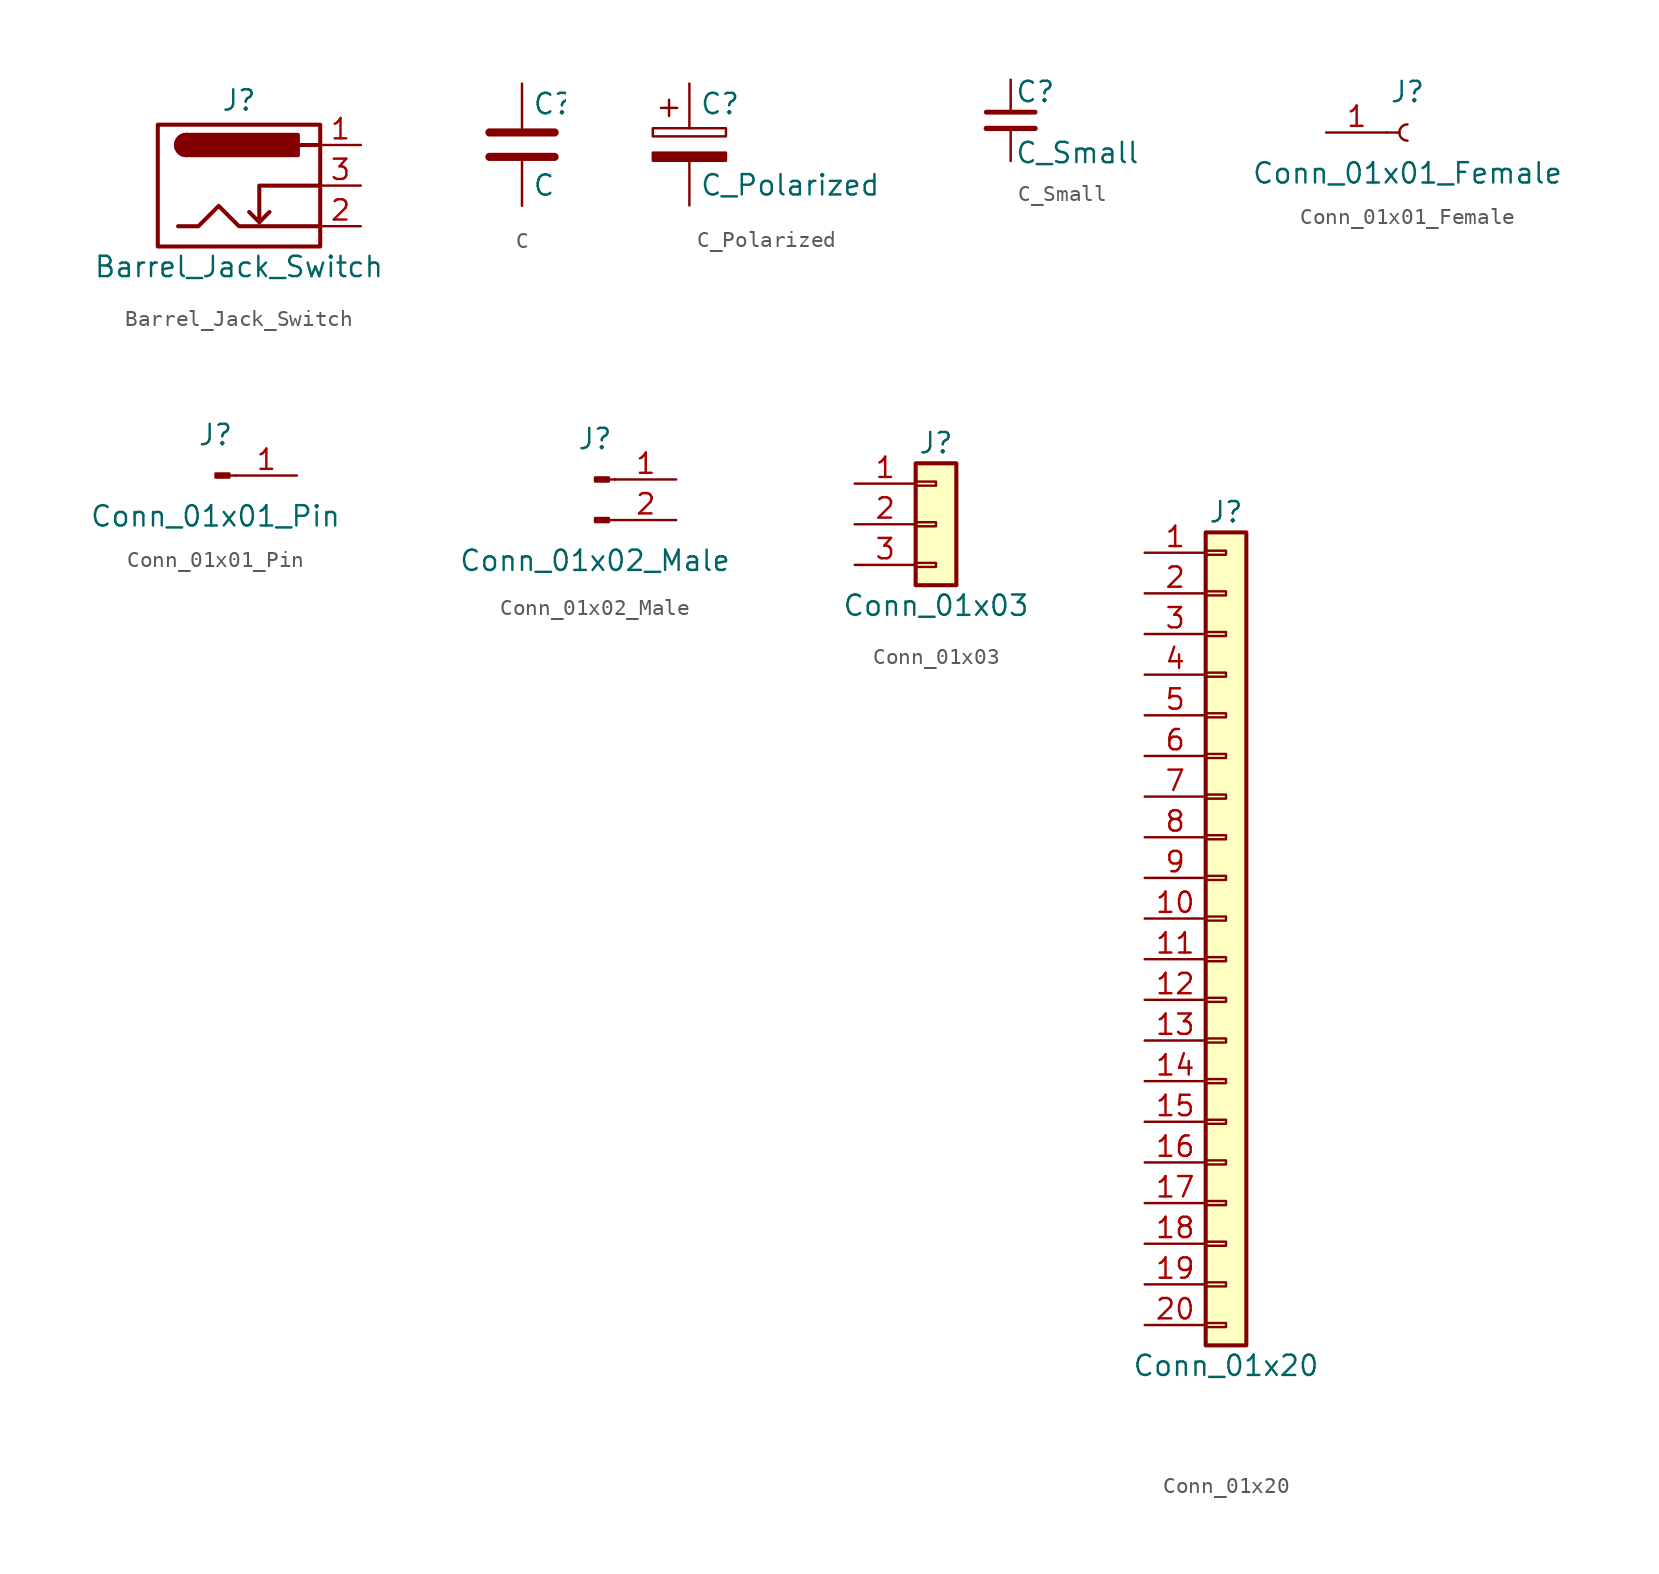
<source format=kicad_sym>
(kicad_symbol_lib
  (version 20241209)
  (generator "kicad_symbol_editor")
  (generator_version "9.0")
  (symbol "Barrel_Jack_Switch"
    (pin_names
      (hide yes))
    (property "Reference" "J"
      (at 0 5.334 0)
      (effects (font (size 1.27 1.27))))
    (property "Value" "Barrel_Jack_Switch"
      (at 0 -5.08 0)
      (effects (font (size 1.27 1.27))))
    (symbol "Barrel_Jack_Switch_0_1"
      (polyline (pts (xy -3.81 -2.54) (xy -2.54 -2.54) (xy -1.27 -1.27) (xy 0 -2.54) (xy 2.54 -2.54) (xy 5.08 -2.54)) (stroke (width 0.254) (type default)) (fill (type none)))
      (arc (start -3.302 1.905) (mid -3.9343 2.54) (end -3.302 3.175) (stroke (width 0.254) (type default)) (fill (type none)))
      (arc (start -3.302 1.905) (mid -3.9343 2.54) (end -3.302 3.175) (stroke (width 0.254) (type default)) (fill (type outline)))
      (polyline (pts (xy 1.27 -2.286) (xy 1.905 -1.651)) (stroke (width 0.254) (type default)) (fill (type none)))
      (rectangle (start 3.683 3.175) (end -3.302 1.905) (stroke (width 0.254) (type default)) (fill (type outline)))
      (polyline (pts (xy 5.08 2.54) (xy 3.81 2.54)) (stroke (width 0.254) (type default)) (fill (type none)))
      (polyline (pts (xy 5.08 0) (xy 1.27 0) (xy 1.27 -2.286) (xy 0.635 -1.651)) (stroke (width 0.254) (type default)) (fill (type none))))
    (symbol "Barrel_Jack_Switch_1_1"
      (rectangle (start -5.08 3.81) (end 5.08 -3.81) (stroke (width 0.254) (type default)) (fill (type none)))
      (pin passive line (at 7.62 2.54 180) (length 2.54) (name "~" (effects (font (size 1.27 1.27)))) (number "1" (effects (font (size 1.27 1.27)))))
      (pin passive line (at 7.62 0 180) (length 2.54) (name "~" (effects (font (size 1.27 1.27)))) (number "3" (effects (font (size 1.27 1.27)))))
      (pin passive line (at 7.62 -2.54 180) (length 2.54) (name "~" (effects (font (size 1.27 1.27)))) (number "2" (effects (font (size 1.27 1.27)))))))
  (symbol "C"
    (pin_numbers
      (hide yes))
    (pin_names
      (offset 0.254))
    (property "Reference" "C"
      (at 0.635 2.54 0)
      (effects (font (size 1.27 1.27)) (justify left)))
    (property "Value" "C"
      (at 0.635 -2.54 0)
      (effects (font (size 1.27 1.27)) (justify left)))
    (symbol "C_0_1"
      (polyline (pts (xy -2.032 0.762) (xy 2.032 0.762)) (stroke (width 0.508) (type default)) (fill (type none)))
      (polyline (pts (xy -2.032 -0.762) (xy 2.032 -0.762)) (stroke (width 0.508) (type default)) (fill (type none))))
    (symbol "C_1_1"
      (pin passive line (at 0 3.81 270) (length 2.794) (name "~" (effects (font (size 1.27 1.27)))) (number "1" (effects (font (size 1.27 1.27)))))
      (pin passive line (at 0 -3.81 90) (length 2.794) (name "~" (effects (font (size 1.27 1.27)))) (number "2" (effects (font (size 1.27 1.27)))))))
  (symbol "C_Polarized"
    (pin_numbers
      (hide yes))
    (pin_names
      (offset 0.254))
    (property "Reference" "C"
      (at 0.635 2.54 0)
      (effects (font (size 1.27 1.27)) (justify left)))
    (property "Value" "C_Polarized"
      (at 0.635 -2.54 0)
      (effects (font (size 1.27 1.27)) (justify left)))
    (symbol "C_Polarized_0_1"
      (rectangle (start -2.286 0.508) (end 2.286 1.016) (stroke (width 0) (type default)) (fill (type none)))
      (polyline (pts (xy -1.778 2.286) (xy -0.762 2.286)) (stroke (width 0) (type default)) (fill (type none)))
      (polyline (pts (xy -1.27 2.794) (xy -1.27 1.778)) (stroke (width 0) (type default)) (fill (type none)))
      (rectangle (start 2.286 -0.508) (end -2.286 -1.016) (stroke (width 0) (type default)) (fill (type outline))))
    (symbol "C_Polarized_1_1"
      (pin passive line (at 0 3.81 270) (length 2.794) (name "~" (effects (font (size 1.27 1.27)))) (number "1" (effects (font (size 1.27 1.27)))))
      (pin passive line (at 0 -3.81 90) (length 2.794) (name "~" (effects (font (size 1.27 1.27)))) (number "2" (effects (font (size 1.27 1.27)))))))
  (symbol "C_Small"
    (pin_numbers
      (hide yes))
    (pin_names
      (offset 0.254)
      (hide yes))
    (property "Reference" "C"
      (at 0.254 1.778 0)
      (effects (font (size 1.27 1.27)) (justify left)))
    (property "Value" "C_Small"
      (at 0.254 -2.032 0)
      (effects (font (size 1.27 1.27)) (justify left)))
    (symbol "C_Small_0_1"
      (polyline (pts (xy -1.524 0.508) (xy 1.524 0.508)) (stroke (width 0.305) (type default)) (fill (type none)))
      (polyline (pts (xy -1.524 -0.508) (xy 1.524 -0.508)) (stroke (width 0.33) (type default)) (fill (type none))))
    (symbol "C_Small_1_1"
      (pin passive line (at 0 2.54 270) (length 2.032) (name "~" (effects (font (size 1.27 1.27)))) (number "1" (effects (font (size 1.27 1.27)))))
      (pin passive line (at 0 -2.54 90) (length 2.032) (name "~" (effects (font (size 1.27 1.27)))) (number "2" (effects (font (size 1.27 1.27)))))))
  (symbol "Conn_01x01_Female"
    (pin_names
      (offset 1.016)
      (hide yes))
    (property "Reference" "J"
      (at 0 2.54 0)
      (effects (font (size 1.27 1.27))))
    (property "Value" "Conn_01x01_Female"
      (at 0 -2.54 0)
      (effects (font (size 1.27 1.27))))
    (symbol "Conn_01x01_Female_1_1"
      (polyline (pts (xy -1.27 0) (xy -0.508 0)) (stroke (width 0.152) (type default)) (fill (type none)))
      (arc (start 0 -0.508) (mid -0.5058 0) (end 0 0.508) (stroke (width 0.1524) (type default)) (fill (type none)))
      (pin passive line (at -5.08 0 0) (length 3.81) (name "Pin_1" (effects (font (size 1.27 1.27)))) (number "1" (effects (font (size 1.27 1.27)))))))
  (symbol "Conn_01x01_Pin"
    (pin_names
      (offset 1.016)
      (hide yes))
    (property "Reference" "J"
      (at 0 2.54 0)
      (effects (font (size 1.27 1.27))))
    (property "Value" "Conn_01x01_Pin"
      (at 0 -2.54 0)
      (effects (font (size 1.27 1.27))))
    (property "ki_locked" ""
      (at 0 0 0)
      (effects (font (size 1.27 1.27))))
    (symbol "Conn_01x01_Pin_1_1"
      (rectangle (start 0.864 0.127) (end 0 -0.127) (stroke (width 0.152) (type default)) (fill (type outline)))
      (polyline (pts (xy 1.27 0) (xy 0.864 0)) (stroke (width 0.152) (type default)) (fill (type none)))
      (pin passive line (at 5.08 0 180) (length 3.81) (name "Pin_1" (effects (font (size 1.27 1.27)))) (number "1" (effects (font (size 1.27 1.27)))))))
  (symbol "Conn_01x02_Male"
    (pin_names
      (offset 1.016)
      (hide yes))
    (property "Reference" "J"
      (at 0 2.54 0)
      (effects (font (size 1.27 1.27))))
    (property "Value" "Conn_01x02_Male"
      (at 0 -5.08 0)
      (effects (font (size 1.27 1.27))))
    (symbol "Conn_01x02_Male_1_1"
      (rectangle (start 0.864 0.127) (end 0 -0.127) (stroke (width 0.152) (type default)) (fill (type outline)))
      (rectangle (start 0.864 -2.413) (end 0 -2.667) (stroke (width 0.152) (type default)) (fill (type outline)))
      (polyline (pts (xy 1.27 0) (xy 0.864 0)) (stroke (width 0.152) (type default)) (fill (type none)))
      (polyline (pts (xy 1.27 -2.54) (xy 0.864 -2.54)) (stroke (width 0.152) (type default)) (fill (type none)))
      (pin passive line (at 5.08 0 180) (length 3.81) (name "Pin_1" (effects (font (size 1.27 1.27)))) (number "1" (effects (font (size 1.27 1.27)))))
      (pin passive line (at 5.08 -2.54 180) (length 3.81) (name "Pin_2" (effects (font (size 1.27 1.27)))) (number "2" (effects (font (size 1.27 1.27)))))))
  (symbol "Conn_01x03"
    (pin_names
      (offset 1.016)
      (hide yes))
    (property "Reference" "J"
      (at 0 5.08 0)
      (effects (font (size 1.27 1.27))))
    (property "Value" "Conn_01x03"
      (at 0 -5.08 0)
      (effects (font (size 1.27 1.27))))
    (symbol "Conn_01x03_1_1"
      (rectangle (start -1.27 3.81) (end 1.27 -3.81) (stroke (width 0.254) (type default)) (fill (type background)))
      (rectangle (start -1.27 2.667) (end 0 2.413) (stroke (width 0.152) (type default)) (fill (type none)))
      (rectangle (start -1.27 0.127) (end 0 -0.127) (stroke (width 0.152) (type default)) (fill (type none)))
      (rectangle (start -1.27 -2.413) (end 0 -2.667) (stroke (width 0.152) (type default)) (fill (type none)))
      (pin passive line (at -5.08 2.54 0) (length 3.81) (name "Pin_1" (effects (font (size 1.27 1.27)))) (number "1" (effects (font (size 1.27 1.27)))))
      (pin passive line (at -5.08 0 0) (length 3.81) (name "Pin_2" (effects (font (size 1.27 1.27)))) (number "2" (effects (font (size 1.27 1.27)))))
      (pin passive line (at -5.08 -2.54 0) (length 3.81) (name "Pin_3" (effects (font (size 1.27 1.27)))) (number "3" (effects (font (size 1.27 1.27)))))))
  (symbol "Conn_01x20"
    (pin_names
      (offset 1.016)
      (hide yes))
    (property "Reference" "J"
      (at 0 25.4 0)
      (effects (font (size 1.27 1.27))))
    (property "Value" "Conn_01x20"
      (at 0 -27.94 0)
      (effects (font (size 1.27 1.27))))
    (symbol "Conn_01x20_1_1"
      (rectangle (start -1.27 24.13) (end 1.27 -26.67) (stroke (width 0.254) (type default)) (fill (type background)))
      (rectangle (start -1.27 22.987) (end 0 22.733) (stroke (width 0.152) (type default)) (fill (type none)))
      (rectangle (start -1.27 20.447) (end 0 20.193) (stroke (width 0.152) (type default)) (fill (type none)))
      (rectangle (start -1.27 17.907) (end 0 17.653) (stroke (width 0.152) (type default)) (fill (type none)))
      (rectangle (start -1.27 15.367) (end 0 15.113) (stroke (width 0.152) (type default)) (fill (type none)))
      (rectangle (start -1.27 12.827) (end 0 12.573) (stroke (width 0.152) (type default)) (fill (type none)))
      (rectangle (start -1.27 10.287) (end 0 10.033) (stroke (width 0.152) (type default)) (fill (type none)))
      (rectangle (start -1.27 7.747) (end 0 7.493) (stroke (width 0.152) (type default)) (fill (type none)))
      (rectangle (start -1.27 5.207) (end 0 4.953) (stroke (width 0.152) (type default)) (fill (type none)))
      (rectangle (start -1.27 2.667) (end 0 2.413) (stroke (width 0.152) (type default)) (fill (type none)))
      (rectangle (start -1.27 0.127) (end 0 -0.127) (stroke (width 0.152) (type default)) (fill (type none)))
      (rectangle (start -1.27 -2.413) (end 0 -2.667) (stroke (width 0.152) (type default)) (fill (type none)))
      (rectangle (start -1.27 -4.953) (end 0 -5.207) (stroke (width 0.152) (type default)) (fill (type none)))
      (rectangle (start -1.27 -7.493) (end 0 -7.747) (stroke (width 0.152) (type default)) (fill (type none)))
      (rectangle (start -1.27 -10.033) (end 0 -10.287) (stroke (width 0.152) (type default)) (fill (type none)))
      (rectangle (start -1.27 -12.573) (end 0 -12.827) (stroke (width 0.152) (type default)) (fill (type none)))
      (rectangle (start -1.27 -15.113) (end 0 -15.367) (stroke (width 0.152) (type default)) (fill (type none)))
      (rectangle (start -1.27 -17.653) (end 0 -17.907) (stroke (width 0.152) (type default)) (fill (type none)))
      (rectangle (start -1.27 -20.193) (end 0 -20.447) (stroke (width 0.152) (type default)) (fill (type none)))
      (rectangle (start -1.27 -22.733) (end 0 -22.987) (stroke (width 0.152) (type default)) (fill (type none)))
      (rectangle (start -1.27 -25.273) (end 0 -25.527) (stroke (width 0.152) (type default)) (fill (type none)))
      (pin passive line (at -5.08 22.86 0) (length 3.81) (name "Pin_1" (effects (font (size 1.27 1.27)))) (number "1" (effects (font (size 1.27 1.27)))))
      (pin passive line (at -5.08 20.32 0) (length 3.81) (name "Pin_2" (effects (font (size 1.27 1.27)))) (number "2" (effects (font (size 1.27 1.27)))))
      (pin passive line (at -5.08 17.78 0) (length 3.81) (name "Pin_3" (effects (font (size 1.27 1.27)))) (number "3" (effects (font (size 1.27 1.27)))))
      (pin passive line (at -5.08 15.24 0) (length 3.81) (name "Pin_4" (effects (font (size 1.27 1.27)))) (number "4" (effects (font (size 1.27 1.27)))))
      (pin passive line (at -5.08 12.7 0) (length 3.81) (name "Pin_5" (effects (font (size 1.27 1.27)))) (number "5" (effects (font (size 1.27 1.27)))))
      (pin passive line (at -5.08 10.16 0) (length 3.81) (name "Pin_6" (effects (font (size 1.27 1.27)))) (number "6" (effects (font (size 1.27 1.27)))))
      (pin passive line (at -5.08 7.62 0) (length 3.81) (name "Pin_7" (effects (font (size 1.27 1.27)))) (number "7" (effects (font (size 1.27 1.27)))))
      (pin passive line (at -5.08 5.08 0) (length 3.81) (name "Pin_8" (effects (font (size 1.27 1.27)))) (number "8" (effects (font (size 1.27 1.27)))))
      (pin passive line (at -5.08 2.54 0) (length 3.81) (name "Pin_9" (effects (font (size 1.27 1.27)))) (number "9" (effects (font (size 1.27 1.27)))))
      (pin passive line (at -5.08 0 0) (length 3.81) (name "Pin_10" (effects (font (size 1.27 1.27)))) (number "10" (effects (font (size 1.27 1.27)))))
      (pin passive line (at -5.08 -2.54 0) (length 3.81) (name "Pin_11" (effects (font (size 1.27 1.27)))) (number "11" (effects (font (size 1.27 1.27)))))
      (pin passive line (at -5.08 -5.08 0) (length 3.81) (name "Pin_12" (effects (font (size 1.27 1.27)))) (number "12" (effects (font (size 1.27 1.27)))))
      (pin passive line (at -5.08 -7.62 0) (length 3.81) (name "Pin_13" (effects (font (size 1.27 1.27)))) (number "13" (effects (font (size 1.27 1.27)))))
      (pin passive line (at -5.08 -10.16 0) (length 3.81) (name "Pin_14" (effects (font (size 1.27 1.27)))) (number "14" (effects (font (size 1.27 1.27)))))
      (pin passive line (at -5.08 -12.7 0) (length 3.81) (name "Pin_15" (effects (font (size 1.27 1.27)))) (number "15" (effects (font (size 1.27 1.27)))))
      (pin passive line (at -5.08 -15.24 0) (length 3.81) (name "Pin_16" (effects (font (size 1.27 1.27)))) (number "16" (effects (font (size 1.27 1.27)))))
      (pin passive line (at -5.08 -17.78 0) (length 3.81) (name "Pin_17" (effects (font (size 1.27 1.27)))) (number "17" (effects (font (size 1.27 1.27)))))
      (pin passive line (at -5.08 -20.32 0) (length 3.81) (name "Pin_18" (effects (font (size 1.27 1.27)))) (number "18" (effects (font (size 1.27 1.27)))))
      (pin passive line (at -5.08 -22.86 0) (length 3.81) (name "Pin_19" (effects (font (size 1.27 1.27)))) (number "19" (effects (font (size 1.27 1.27)))))
      (pin passive line (at -5.08 -25.4 0) (length 3.81) (name "Pin_20" (effects (font (size 1.27 1.27)))) (number "20" (effects (font (size 1.27 1.27))))))))
</source>
